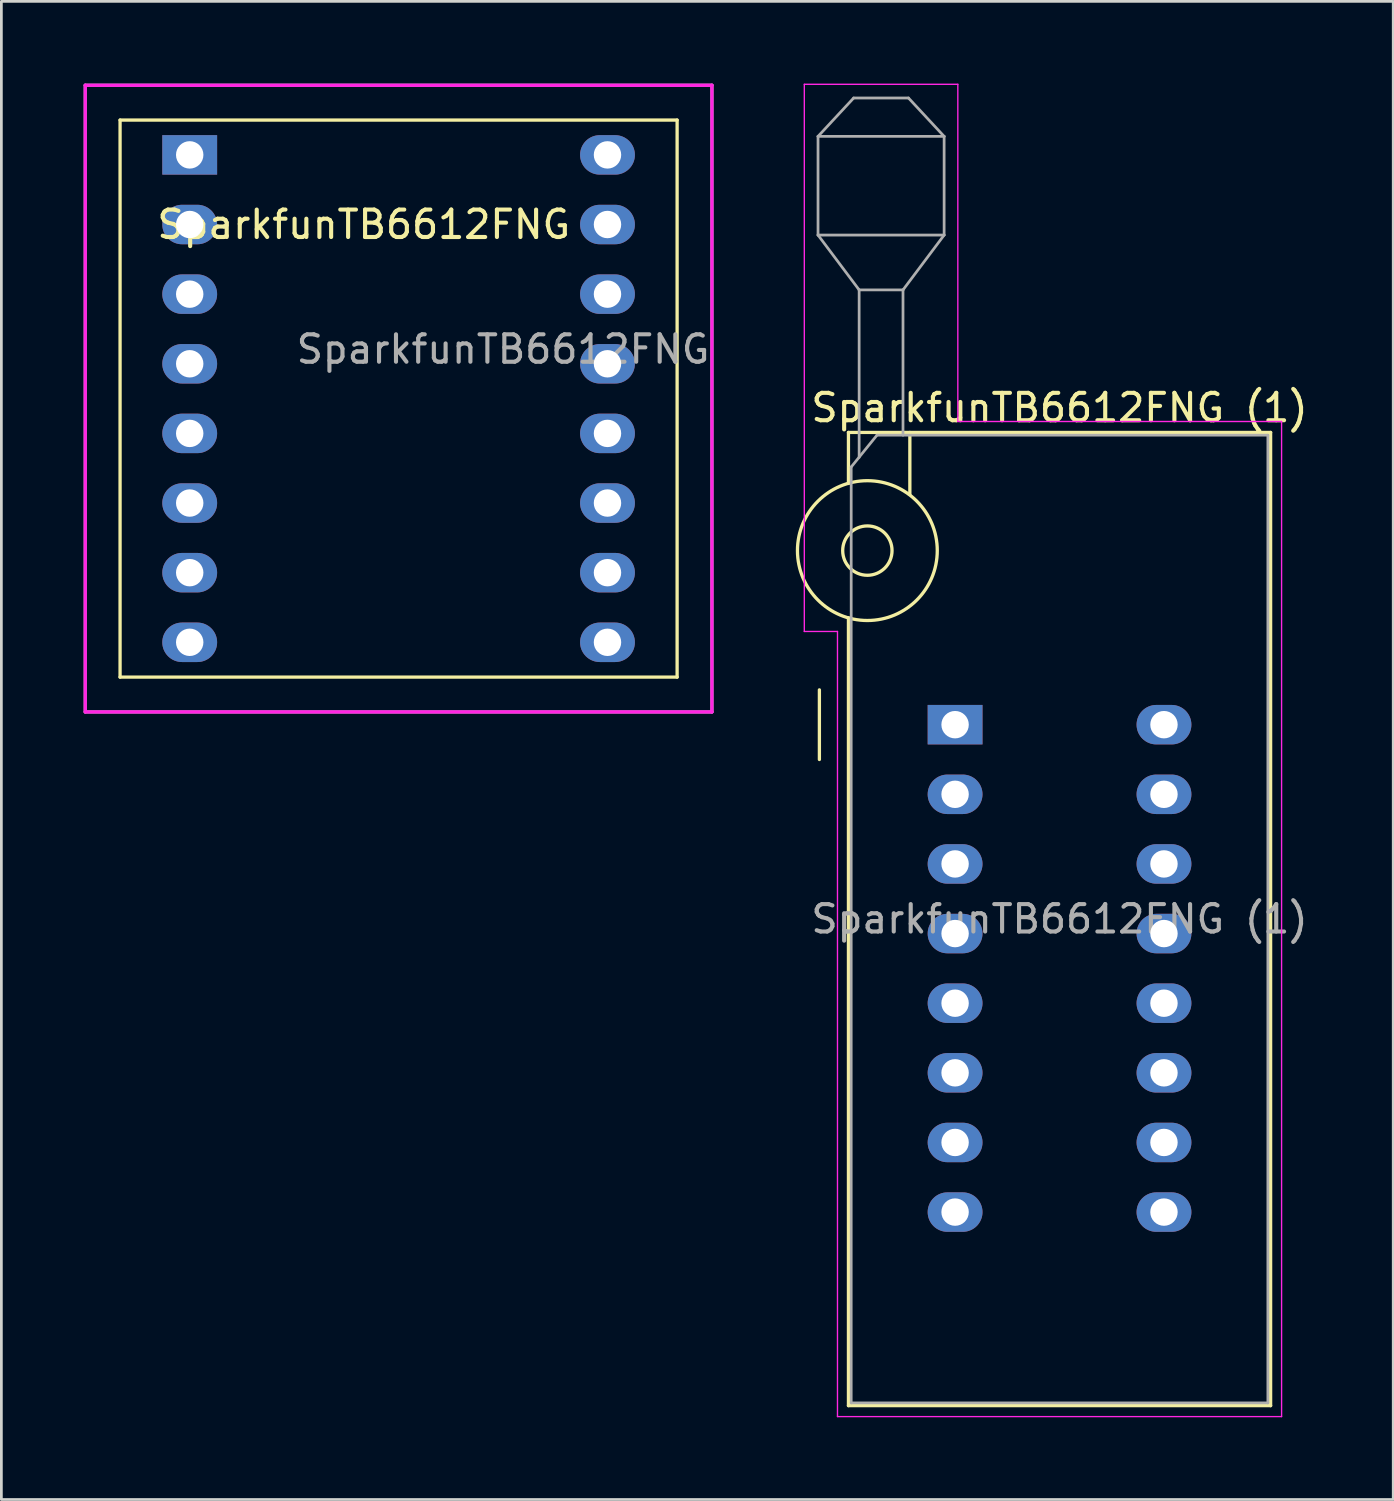
<source format=kicad_pcb>
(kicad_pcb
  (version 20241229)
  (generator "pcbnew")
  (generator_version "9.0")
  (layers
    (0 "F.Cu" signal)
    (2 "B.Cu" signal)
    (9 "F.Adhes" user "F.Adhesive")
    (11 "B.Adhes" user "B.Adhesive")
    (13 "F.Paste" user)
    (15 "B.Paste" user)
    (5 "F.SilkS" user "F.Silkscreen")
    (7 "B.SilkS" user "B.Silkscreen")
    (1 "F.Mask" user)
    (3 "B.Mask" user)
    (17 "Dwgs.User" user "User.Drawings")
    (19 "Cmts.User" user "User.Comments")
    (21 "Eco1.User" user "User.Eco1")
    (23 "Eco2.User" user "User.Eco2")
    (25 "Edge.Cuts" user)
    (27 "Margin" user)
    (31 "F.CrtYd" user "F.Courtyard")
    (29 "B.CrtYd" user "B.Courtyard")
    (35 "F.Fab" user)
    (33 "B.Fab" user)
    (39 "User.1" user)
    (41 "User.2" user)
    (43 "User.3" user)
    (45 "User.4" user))
  (footprint "SparkfunTB6612FNG (1)"
    (layer "F.Cu")
    (at 31.79 23.385)
    (property "Reference" "SparkfunTB6612FNG (1)" (at 3.81 -11.56 0) (layer "F.SilkS") (effects (font (size 1 1) (thickness 0.15))))
    (attr through_hole)
    (fp_line (start -4.95 1.27) (end -4.95 -1.27) (stroke (width 0.12) (type solid)) (layer "F.SilkS"))
    (fp_line (start -3.89 -10.66) (end -3.89 -8.8) (stroke (width 0.12) (type solid)) (layer "F.SilkS"))
    (fp_line (start -3.89 -3.9) (end -3.89 24.84) (stroke (width 0.12) (type solid)) (layer "F.SilkS"))
    (fp_line (start -3.89 24.84) (end 11.51 24.84) (stroke (width 0.12) (type solid)) (layer "F.SilkS"))
    (fp_line (start -1.65 -10.66) (end -1.65 -8.4) (stroke (width 0.12) (type solid)) (layer "F.SilkS"))
    (fp_line (start 11.51 -10.66) (end -3.89 -10.66) (stroke (width 0.12) (type solid)) (layer "F.SilkS"))
    (fp_line (start 11.51 24.84) (end 11.51 -10.66) (stroke (width 0.12) (type solid)) (layer "F.SilkS"))
    (fp_circle (center -3.2 -6.35) (end -2.3 -6.35) (stroke (width 0.12) (type solid)) (fill no) (layer "F.SilkS"))
    (fp_circle (center -3.2 -6.35) (end -0.65 -6.35) (stroke (width 0.12) (type solid)) (fill no) (layer "F.SilkS"))
    (fp_line (start -5.5 -23.36) (end 0.1 -23.36) (stroke (width 0.05) (type solid)) (layer "F.CrtYd"))
    (fp_line (start -5.5 -3.4) (end -5.5 -23.36) (stroke (width 0.05) (type solid)) (layer "F.CrtYd"))
    (fp_line (start -4.29 -3.4) (end -5.5 -3.4) (stroke (width 0.05) (type solid)) (layer "F.CrtYd"))
    (fp_line (start -4.29 25.24) (end -4.29 -3.4) (stroke (width 0.05) (type solid)) (layer "F.CrtYd"))
    (fp_line (start 0.1 -23.36) (end 0.1 -11.06) (stroke (width 0.05) (type solid)) (layer "F.CrtYd"))
    (fp_line (start 0.1 -11.06) (end 11.91 -11.06) (stroke (width 0.05) (type solid)) (layer "F.CrtYd"))
    (fp_line (start 11.91 -11.06) (end 11.91 25.24) (stroke (width 0.05) (type solid)) (layer "F.CrtYd"))
    (fp_line (start 11.91 25.24) (end -4.29 25.24) (stroke (width 0.05) (type solid)) (layer "F.CrtYd"))
    (fp_line (start -5 -21.46) (end -5 -17.86) (stroke (width 0.1) (type solid)) (layer "F.Fab"))
    (fp_line (start -5 -21.46) (end -3.7 -22.86) (stroke (width 0.1) (type solid)) (layer "F.Fab"))
    (fp_line (start -5 -17.86) (end -3.5 -15.86) (stroke (width 0.1) (type solid)) (layer "F.Fab"))
    (fp_line (start -5 -17.86) (end -0.4 -17.86) (stroke (width 0.1) (type solid)) (layer "F.Fab"))
    (fp_line (start -3.79 -9.4) (end -2.85 -10.56) (stroke (width 0.1) (type solid)) (layer "F.Fab"))
    (fp_line (start -3.79 24.74) (end -3.79 -9.4) (stroke (width 0.1) (type solid)) (layer "F.Fab"))
    (fp_line (start -3.7 -22.86) (end -1.7 -22.86) (stroke (width 0.1) (type solid)) (layer "F.Fab"))
    (fp_line (start -3.5 -15.86) (end -1.9 -15.86) (stroke (width 0.1) (type solid)) (layer "F.Fab"))
    (fp_line (start -3.5 -9.75) (end -3.5 -15.86) (stroke (width 0.1) (type solid)) (layer "F.Fab"))
    (fp_line (start -2.85 -10.56) (end 11.41 -10.56) (stroke (width 0.1) (type solid)) (layer "F.Fab"))
    (fp_line (start -1.9 -15.86) (end -1.9 -10.56) (stroke (width 0.1) (type solid)) (layer "F.Fab"))
    (fp_line (start -1.7 -22.86) (end -0.4 -21.46) (stroke (width 0.1) (type solid)) (layer "F.Fab"))
    (fp_line (start -0.4 -21.46) (end -5 -21.46) (stroke (width 0.1) (type solid)) (layer "F.Fab"))
    (fp_line (start -0.4 -17.86) (end -1.9 -15.86) (stroke (width 0.1) (type solid)) (layer "F.Fab"))
    (fp_line (start -0.4 -17.86) (end -0.4 -21.46) (stroke (width 0.1) (type solid)) (layer "F.Fab"))
    (fp_line (start 11.41 -10.56) (end 11.41 24.74) (stroke (width 0.1) (type solid)) (layer "F.Fab"))
    (fp_line (start 11.41 24.74) (end -3.79 24.74) (stroke (width 0.1) (type solid)) (layer "F.Fab"))
    (fp_text user "${REFERENCE}" (at 3.81 7.09 0) (layer "F.Fab") (effects (font (size 1 1) (thickness 0.15))))
    (pad "1" thru_hole rect (at 0 0) (size 2 1.44) (drill 1) (layers "*.Cu" "*.Mask"))
    (pad "2" thru_hole oval (at 0 2.54) (size 2 1.44) (drill 1) (layers "*.Cu" "*.Mask"))
    (pad "3" thru_hole oval (at 0 5.08) (size 2 1.44) (drill 1) (layers "*.Cu" "*.Mask"))
    (pad "4" thru_hole oval (at 0 7.62) (size 2 1.44) (drill 1) (layers "*.Cu" "*.Mask"))
    (pad "5" thru_hole oval (at 0 10.16) (size 2 1.44) (drill 1) (layers "*.Cu" "*.Mask"))
    (pad "6" thru_hole oval (at 0 12.7) (size 2 1.44) (drill 1) (layers "*.Cu" "*.Mask"))
    (pad "7" thru_hole oval (at 0 15.24) (size 2 1.44) (drill 1) (layers "*.Cu" "*.Mask"))
    (pad "8" thru_hole oval (at 0 17.78) (size 2 1.44) (drill 1) (layers "*.Cu" "*.Mask"))
    (pad "9" thru_hole oval (at 7.62 17.78) (size 2 1.44) (drill 1) (layers "*.Cu" "*.Mask"))
    (pad "10" thru_hole oval (at 7.62 15.24) (size 2 1.44) (drill 1) (layers "*.Cu" "*.Mask"))
    (pad "11" thru_hole oval (at 7.62 12.7) (size 2 1.44) (drill 1) (layers "*.Cu" "*.Mask"))
    (pad "12" thru_hole oval (at 7.62 10.16) (size 2 1.44) (drill 1) (layers "*.Cu" "*.Mask"))
    (pad "13" thru_hole oval (at 7.62 7.62) (size 2 1.44) (drill 1) (layers "*.Cu" "*.Mask"))
    (pad "14" thru_hole oval (at 7.62 5.08) (size 2 1.44) (drill 1) (layers "*.Cu" "*.Mask"))
    (pad "15" thru_hole oval (at 7.62 2.54) (size 2 1.44) (drill 1) (layers "*.Cu" "*.Mask"))
    (pad "16" thru_hole oval (at 7.62 0) (size 2 1.44) (drill 1) (layers "*.Cu" "*.Mask")))
  (footprint "SparkfunTB6612FNG"
    (layer "F.Cu")
    (at 3.87 2.6)
    (property "Reference" "SparkfunTB6612FNG" (at 6.35 2.54 0) (layer "F.SilkS") (effects (font (size 1 1) (thickness 0.15))))
    (attr through_hole)
    (fp_line (start -2.54 -1.27) (end 17.78 -1.27) (stroke (width 0.12) (type solid)) (layer "F.SilkS"))
    (fp_line (start -2.54 19.05) (end -2.54 -1.27) (stroke (width 0.12) (type solid)) (layer "F.SilkS"))
    (fp_line (start 17.78 -1.27) (end 17.78 19.05) (stroke (width 0.12) (type solid)) (layer "F.SilkS"))
    (fp_line (start 17.78 19.05) (end -2.54 19.05) (stroke (width 0.12) (type solid)) (layer "F.SilkS"))
    (fp_line (start -3.81 -2.54) (end 19.05 -2.54) (stroke (width 0.12) (type solid)) (layer "F.CrtYd"))
    (fp_line (start -3.81 20.32) (end -3.81 -2.54) (stroke (width 0.12) (type solid)) (layer "F.CrtYd"))
    (fp_line (start 19.05 -2.54) (end 19.05 20.32) (stroke (width 0.12) (type solid)) (layer "F.CrtYd"))
    (fp_line (start 19.05 20.32) (end -3.81 20.32) (stroke (width 0.12) (type solid)) (layer "F.CrtYd"))
    (fp_line (start -3.81 -2.54) (end 19.05 -2.54) (stroke (width 0.12) (type solid)) (layer "F.Fab"))
    (fp_line (start -3.81 20.32) (end -3.81 -2.54) (stroke (width 0.12) (type solid)) (layer "F.Fab"))
    (fp_line (start 19.05 -2.54) (end 19.05 20.32) (stroke (width 0.12) (type solid)) (layer "F.Fab"))
    (fp_line (start 19.05 20.32) (end -3.81 20.32) (stroke (width 0.12) (type solid)) (layer "F.Fab"))
    (fp_text user "${REFERENCE}" (at 11.43 7.09 0) (layer "F.Fab") (effects (font (size 1 1) (thickness 0.15))))
    (pad "1" thru_hole rect (at 0 0) (size 2 1.44) (drill 1) (layers "*.Cu" "*.Mask"))
    (pad "2" thru_hole oval (at 0 2.54) (size 2 1.44) (drill 1) (layers "*.Cu" "*.Mask"))
    (pad "3" thru_hole oval (at 0 5.08) (size 2 1.44) (drill 1) (layers "*.Cu" "*.Mask"))
    (pad "4" thru_hole oval (at 0 7.62) (size 2 1.44) (drill 1) (layers "*.Cu" "*.Mask"))
    (pad "5" thru_hole oval (at 0 10.16) (size 2 1.44) (drill 1) (layers "*.Cu" "*.Mask"))
    (pad "6" thru_hole oval (at 0 12.7) (size 2 1.44) (drill 1) (layers "*.Cu" "*.Mask"))
    (pad "7" thru_hole oval (at 0 15.24) (size 2 1.44) (drill 1) (layers "*.Cu" "*.Mask"))
    (pad "8" thru_hole oval (at 0 17.78) (size 2 1.44) (drill 1) (layers "*.Cu" "*.Mask"))
    (pad "9" thru_hole oval (at 15.24 17.78) (size 2 1.44) (drill 1) (layers "*.Cu" "*.Mask"))
    (pad "10" thru_hole oval (at 15.24 15.24) (size 2 1.44) (drill 1) (layers "*.Cu" "*.Mask"))
    (pad "11" thru_hole oval (at 15.24 12.7) (size 2 1.44) (drill 1) (layers "*.Cu" "*.Mask"))
    (pad "12" thru_hole oval (at 15.24 10.16) (size 2 1.44) (drill 1) (layers "*.Cu" "*.Mask"))
    (pad "13" thru_hole oval (at 15.24 7.62) (size 2 1.44) (drill 1) (layers "*.Cu" "*.Mask"))
    (pad "14" thru_hole oval (at 15.24 5.08) (size 2 1.44) (drill 1) (layers "*.Cu" "*.Mask"))
    (pad "15" thru_hole oval (at 15.24 2.54) (size 2 1.44) (drill 1) (layers "*.Cu" "*.Mask"))
    (pad "16" thru_hole oval (at 15.24 0) (size 2 1.44) (drill 1) (layers "*.Cu" "*.Mask")))
  (gr_rect
    (start -3 -3)
    (end 47.773 51.65)
    (stroke (width 0.1) (type default))
    (fill no)
    (layer "Edge.Cuts")))
</source>
